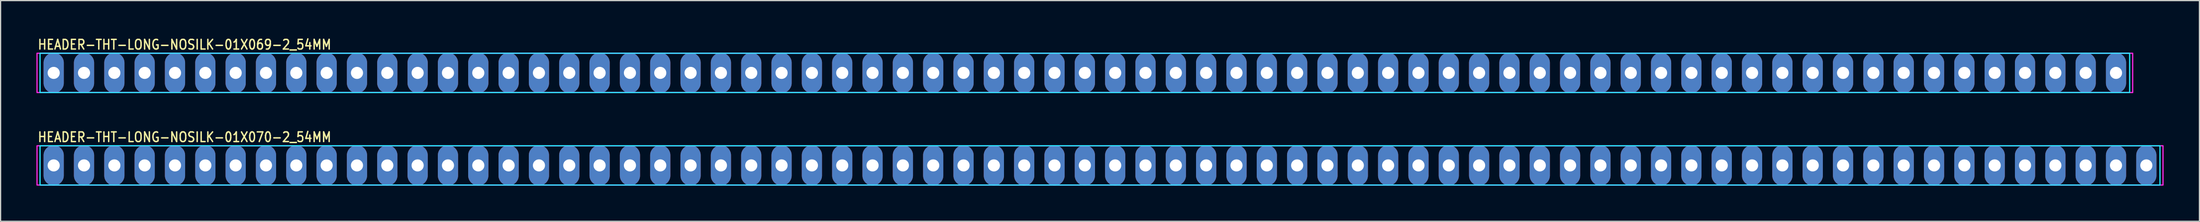
<source format=kicad_pcb>
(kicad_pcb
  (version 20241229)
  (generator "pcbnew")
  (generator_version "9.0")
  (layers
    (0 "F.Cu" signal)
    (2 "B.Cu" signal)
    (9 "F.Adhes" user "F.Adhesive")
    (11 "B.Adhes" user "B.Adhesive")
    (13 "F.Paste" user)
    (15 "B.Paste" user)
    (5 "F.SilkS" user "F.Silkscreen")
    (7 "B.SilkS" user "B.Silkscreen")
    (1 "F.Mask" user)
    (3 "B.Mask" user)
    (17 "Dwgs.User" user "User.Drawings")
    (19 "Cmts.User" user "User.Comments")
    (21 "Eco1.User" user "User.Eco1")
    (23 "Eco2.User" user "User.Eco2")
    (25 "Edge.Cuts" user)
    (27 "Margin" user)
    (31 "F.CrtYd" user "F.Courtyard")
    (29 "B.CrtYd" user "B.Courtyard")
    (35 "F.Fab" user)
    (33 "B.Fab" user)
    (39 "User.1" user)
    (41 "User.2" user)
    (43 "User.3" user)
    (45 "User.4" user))
  (footprint "HEADER-THT-LONG-NOSILK-01X070-2_54MM"
    (layer "F.Cu")
    (at 1.447 10.858)
    (property "Reference" "HEADER-THT-LONG-NOSILK-01X070-2_54MM" (at -1.4 -1.9 0) (unlocked yes) (layer "F.SilkS") (effects (font (size 0.813 0.695) (thickness 0.122)) (justify left bottom)))
    (fp_poly (pts (xy -1.143 -1.651) (xy 176.403 -1.651) (xy 176.403 1.651) (xy -1.143 1.651)) (stroke (width 0.1) (type solid)) (fill no) (layer "B.CrtYd"))
    (fp_poly (pts (xy -1.397 -1.651) (xy 176.657 -1.651) (xy 176.657 1.651) (xy -1.397 1.651)) (stroke (width 0.1) (type solid)) (fill no) (layer "F.CrtYd"))
    (pad "P$1" thru_hole oval (at 0 0 90) (size 3.387 1.693) (drill 1.016) (layers "*.Cu" "*.Mask"))
    (pad "P$2" thru_hole oval (at 2.54 0 90) (size 3.387 1.693) (drill 1.016) (layers "*.Cu" "*.Mask"))
    (pad "P$3" thru_hole oval (at 5.08 0 90) (size 3.387 1.693) (drill 1.016) (layers "*.Cu" "*.Mask"))
    (pad "P$4" thru_hole oval (at 7.62 0 90) (size 3.387 1.693) (drill 1.016) (layers "*.Cu" "*.Mask"))
    (pad "P$5" thru_hole oval (at 10.16 0 90) (size 3.387 1.693) (drill 1.016) (layers "*.Cu" "*.Mask"))
    (pad "P$6" thru_hole oval (at 12.7 0 90) (size 3.387 1.693) (drill 1.016) (layers "*.Cu" "*.Mask"))
    (pad "P$7" thru_hole oval (at 15.24 0 90) (size 3.387 1.693) (drill 1.016) (layers "*.Cu" "*.Mask"))
    (pad "P$8" thru_hole oval (at 17.78 0 90) (size 3.387 1.693) (drill 1.016) (layers "*.Cu" "*.Mask"))
    (pad "P$9" thru_hole oval (at 20.32 0 90) (size 3.387 1.693) (drill 1.016) (layers "*.Cu" "*.Mask"))
    (pad "P$10" thru_hole oval (at 22.86 0 90) (size 3.387 1.693) (drill 1.016) (layers "*.Cu" "*.Mask"))
    (pad "P$11" thru_hole oval (at 25.4 0 90) (size 3.387 1.693) (drill 1.016) (layers "*.Cu" "*.Mask"))
    (pad "P$12" thru_hole oval (at 27.94 0 90) (size 3.387 1.693) (drill 1.016) (layers "*.Cu" "*.Mask"))
    (pad "P$13" thru_hole oval (at 30.48 0 90) (size 3.387 1.693) (drill 1.016) (layers "*.Cu" "*.Mask"))
    (pad "P$14" thru_hole oval (at 33.02 0 90) (size 3.387 1.693) (drill 1.016) (layers "*.Cu" "*.Mask"))
    (pad "P$15" thru_hole oval (at 35.56 0 90) (size 3.387 1.693) (drill 1.016) (layers "*.Cu" "*.Mask"))
    (pad "P$16" thru_hole oval (at 38.1 0 90) (size 3.387 1.693) (drill 1.016) (layers "*.Cu" "*.Mask"))
    (pad "P$17" thru_hole oval (at 40.64 0 90) (size 3.387 1.693) (drill 1.016) (layers "*.Cu" "*.Mask"))
    (pad "P$18" thru_hole oval (at 43.18 0 90) (size 3.387 1.693) (drill 1.016) (layers "*.Cu" "*.Mask"))
    (pad "P$19" thru_hole oval (at 45.72 0 90) (size 3.387 1.693) (drill 1.016) (layers "*.Cu" "*.Mask"))
    (pad "P$20" thru_hole oval (at 48.26 0 90) (size 3.387 1.693) (drill 1.016) (layers "*.Cu" "*.Mask"))
    (pad "P$21" thru_hole oval (at 50.8 0 90) (size 3.387 1.693) (drill 1.016) (layers "*.Cu" "*.Mask"))
    (pad "P$22" thru_hole oval (at 53.34 0 90) (size 3.387 1.693) (drill 1.016) (layers "*.Cu" "*.Mask"))
    (pad "P$23" thru_hole oval (at 55.88 0 90) (size 3.387 1.693) (drill 1.016) (layers "*.Cu" "*.Mask"))
    (pad "P$24" thru_hole oval (at 58.42 0 90) (size 3.387 1.693) (drill 1.016) (layers "*.Cu" "*.Mask"))
    (pad "P$25" thru_hole oval (at 60.96 0 90) (size 3.387 1.693) (drill 1.016) (layers "*.Cu" "*.Mask"))
    (pad "P$26" thru_hole oval (at 63.5 0 90) (size 3.387 1.693) (drill 1.016) (layers "*.Cu" "*.Mask"))
    (pad "P$27" thru_hole oval (at 66.04 0 90) (size 3.387 1.693) (drill 1.016) (layers "*.Cu" "*.Mask"))
    (pad "P$28" thru_hole oval (at 68.58 0 90) (size 3.387 1.693) (drill 1.016) (layers "*.Cu" "*.Mask"))
    (pad "P$29" thru_hole oval (at 71.12 0 90) (size 3.387 1.693) (drill 1.016) (layers "*.Cu" "*.Mask"))
    (pad "P$30" thru_hole oval (at 73.66 0 90) (size 3.387 1.693) (drill 1.016) (layers "*.Cu" "*.Mask"))
    (pad "P$31" thru_hole oval (at 76.2 0 90) (size 3.387 1.693) (drill 1.016) (layers "*.Cu" "*.Mask"))
    (pad "P$32" thru_hole oval (at 78.74 0 90) (size 3.387 1.693) (drill 1.016) (layers "*.Cu" "*.Mask"))
    (pad "P$33" thru_hole oval (at 81.28 0 90) (size 3.387 1.693) (drill 1.016) (layers "*.Cu" "*.Mask"))
    (pad "P$34" thru_hole oval (at 83.82 0 90) (size 3.387 1.693) (drill 1.016) (layers "*.Cu" "*.Mask"))
    (pad "P$35" thru_hole oval (at 86.36 0 90) (size 3.387 1.693) (drill 1.016) (layers "*.Cu" "*.Mask"))
    (pad "P$36" thru_hole oval (at 88.9 0 90) (size 3.387 1.693) (drill 1.016) (layers "*.Cu" "*.Mask"))
    (pad "P$37" thru_hole oval (at 91.44 0 90) (size 3.387 1.693) (drill 1.016) (layers "*.Cu" "*.Mask"))
    (pad "P$38" thru_hole oval (at 93.98 0 90) (size 3.387 1.693) (drill 1.016) (layers "*.Cu" "*.Mask"))
    (pad "P$39" thru_hole oval (at 96.52 0 90) (size 3.387 1.693) (drill 1.016) (layers "*.Cu" "*.Mask"))
    (pad "P$40" thru_hole oval (at 99.06 0 90) (size 3.387 1.693) (drill 1.016) (layers "*.Cu" "*.Mask"))
    (pad "P$41" thru_hole oval (at 101.6 0 90) (size 3.387 1.693) (drill 1.016) (layers "*.Cu" "*.Mask"))
    (pad "P$42" thru_hole oval (at 104.14 0 90) (size 3.387 1.693) (drill 1.016) (layers "*.Cu" "*.Mask"))
    (pad "P$43" thru_hole oval (at 106.68 0 90) (size 3.387 1.693) (drill 1.016) (layers "*.Cu" "*.Mask"))
    (pad "P$44" thru_hole oval (at 109.22 0 90) (size 3.387 1.693) (drill 1.016) (layers "*.Cu" "*.Mask"))
    (pad "P$45" thru_hole oval (at 111.76 0 90) (size 3.387 1.693) (drill 1.016) (layers "*.Cu" "*.Mask"))
    (pad "P$46" thru_hole oval (at 114.3 0 90) (size 3.387 1.693) (drill 1.016) (layers "*.Cu" "*.Mask"))
    (pad "P$47" thru_hole oval (at 116.84 0 90) (size 3.387 1.693) (drill 1.016) (layers "*.Cu" "*.Mask"))
    (pad "P$48" thru_hole oval (at 119.38 0 90) (size 3.387 1.693) (drill 1.016) (layers "*.Cu" "*.Mask"))
    (pad "P$49" thru_hole oval (at 121.92 0 90) (size 3.387 1.693) (drill 1.016) (layers "*.Cu" "*.Mask"))
    (pad "P$50" thru_hole oval (at 124.46 0 90) (size 3.387 1.693) (drill 1.016) (layers "*.Cu" "*.Mask"))
    (pad "P$51" thru_hole oval (at 127 0 90) (size 3.387 1.693) (drill 1.016) (layers "*.Cu" "*.Mask"))
    (pad "P$52" thru_hole oval (at 129.54 0 90) (size 3.387 1.693) (drill 1.016) (layers "*.Cu" "*.Mask"))
    (pad "P$53" thru_hole oval (at 132.08 0 90) (size 3.387 1.693) (drill 1.016) (layers "*.Cu" "*.Mask"))
    (pad "P$54" thru_hole oval (at 134.62 0 90) (size 3.387 1.693) (drill 1.016) (layers "*.Cu" "*.Mask"))
    (pad "P$55" thru_hole oval (at 137.16 0 90) (size 3.387 1.693) (drill 1.016) (layers "*.Cu" "*.Mask"))
    (pad "P$56" thru_hole oval (at 139.7 0 90) (size 3.387 1.693) (drill 1.016) (layers "*.Cu" "*.Mask"))
    (pad "P$57" thru_hole oval (at 142.24 0 90) (size 3.387 1.693) (drill 1.016) (layers "*.Cu" "*.Mask"))
    (pad "P$58" thru_hole oval (at 144.78 0 90) (size 3.387 1.693) (drill 1.016) (layers "*.Cu" "*.Mask"))
    (pad "P$59" thru_hole oval (at 147.32 0 90) (size 3.387 1.693) (drill 1.016) (layers "*.Cu" "*.Mask"))
    (pad "P$60" thru_hole oval (at 149.86 0 90) (size 3.387 1.693) (drill 1.016) (layers "*.Cu" "*.Mask"))
    (pad "P$61" thru_hole oval (at 152.4 0 90) (size 3.387 1.693) (drill 1.016) (layers "*.Cu" "*.Mask"))
    (pad "P$62" thru_hole oval (at 154.94 0 90) (size 3.387 1.693) (drill 1.016) (layers "*.Cu" "*.Mask"))
    (pad "P$63" thru_hole oval (at 157.48 0 90) (size 3.387 1.693) (drill 1.016) (layers "*.Cu" "*.Mask"))
    (pad "P$64" thru_hole oval (at 160.02 0 90) (size 3.387 1.693) (drill 1.016) (layers "*.Cu" "*.Mask"))
    (pad "P$65" thru_hole oval (at 162.56 0 90) (size 3.387 1.693) (drill 1.016) (layers "*.Cu" "*.Mask"))
    (pad "P$66" thru_hole oval (at 165.1 0 90) (size 3.387 1.693) (drill 1.016) (layers "*.Cu" "*.Mask"))
    (pad "P$67" thru_hole oval (at 167.64 0 90) (size 3.387 1.693) (drill 1.016) (layers "*.Cu" "*.Mask"))
    (pad "P$68" thru_hole oval (at 170.18 0 90) (size 3.387 1.693) (drill 1.016) (layers "*.Cu" "*.Mask"))
    (pad "P$69" thru_hole oval (at 172.72 0 90) (size 3.387 1.693) (drill 1.016) (layers "*.Cu" "*.Mask"))
    (pad "P$70" thru_hole oval (at 175.26 0 90) (size 3.387 1.693) (drill 1.016) (layers "*.Cu" "*.Mask")))
  (footprint "HEADER-THT-LONG-NOSILK-01X069-2_54MM"
    (layer "F.Cu")
    (at 1.447 3.079)
    (property "Reference" "HEADER-THT-LONG-NOSILK-01X069-2_54MM" (at -1.4 -1.9 0) (unlocked yes) (layer "F.SilkS") (effects (font (size 0.813 0.695) (thickness 0.122)) (justify left bottom)))
    (fp_poly (pts (xy -1.143 -1.651) (xy 173.863 -1.651) (xy 173.863 1.651) (xy -1.143 1.651)) (stroke (width 0.1) (type solid)) (fill no) (layer "B.CrtYd"))
    (fp_poly (pts (xy -1.397 -1.651) (xy 174.117 -1.651) (xy 174.117 1.651) (xy -1.397 1.651)) (stroke (width 0.1) (type solid)) (fill no) (layer "F.CrtYd"))
    (pad "P$1" thru_hole oval (at 0 0 90) (size 3.387 1.693) (drill 1.016) (layers "*.Cu" "*.Mask"))
    (pad "P$2" thru_hole oval (at 2.54 0 90) (size 3.387 1.693) (drill 1.016) (layers "*.Cu" "*.Mask"))
    (pad "P$3" thru_hole oval (at 5.08 0 90) (size 3.387 1.693) (drill 1.016) (layers "*.Cu" "*.Mask"))
    (pad "P$4" thru_hole oval (at 7.62 0 90) (size 3.387 1.693) (drill 1.016) (layers "*.Cu" "*.Mask"))
    (pad "P$5" thru_hole oval (at 10.16 0 90) (size 3.387 1.693) (drill 1.016) (layers "*.Cu" "*.Mask"))
    (pad "P$6" thru_hole oval (at 12.7 0 90) (size 3.387 1.693) (drill 1.016) (layers "*.Cu" "*.Mask"))
    (pad "P$7" thru_hole oval (at 15.24 0 90) (size 3.387 1.693) (drill 1.016) (layers "*.Cu" "*.Mask"))
    (pad "P$8" thru_hole oval (at 17.78 0 90) (size 3.387 1.693) (drill 1.016) (layers "*.Cu" "*.Mask"))
    (pad "P$9" thru_hole oval (at 20.32 0 90) (size 3.387 1.693) (drill 1.016) (layers "*.Cu" "*.Mask"))
    (pad "P$10" thru_hole oval (at 22.86 0 90) (size 3.387 1.693) (drill 1.016) (layers "*.Cu" "*.Mask"))
    (pad "P$11" thru_hole oval (at 25.4 0 90) (size 3.387 1.693) (drill 1.016) (layers "*.Cu" "*.Mask"))
    (pad "P$12" thru_hole oval (at 27.94 0 90) (size 3.387 1.693) (drill 1.016) (layers "*.Cu" "*.Mask"))
    (pad "P$13" thru_hole oval (at 30.48 0 90) (size 3.387 1.693) (drill 1.016) (layers "*.Cu" "*.Mask"))
    (pad "P$14" thru_hole oval (at 33.02 0 90) (size 3.387 1.693) (drill 1.016) (layers "*.Cu" "*.Mask"))
    (pad "P$15" thru_hole oval (at 35.56 0 90) (size 3.387 1.693) (drill 1.016) (layers "*.Cu" "*.Mask"))
    (pad "P$16" thru_hole oval (at 38.1 0 90) (size 3.387 1.693) (drill 1.016) (layers "*.Cu" "*.Mask"))
    (pad "P$17" thru_hole oval (at 40.64 0 90) (size 3.387 1.693) (drill 1.016) (layers "*.Cu" "*.Mask"))
    (pad "P$18" thru_hole oval (at 43.18 0 90) (size 3.387 1.693) (drill 1.016) (layers "*.Cu" "*.Mask"))
    (pad "P$19" thru_hole oval (at 45.72 0 90) (size 3.387 1.693) (drill 1.016) (layers "*.Cu" "*.Mask"))
    (pad "P$20" thru_hole oval (at 48.26 0 90) (size 3.387 1.693) (drill 1.016) (layers "*.Cu" "*.Mask"))
    (pad "P$21" thru_hole oval (at 50.8 0 90) (size 3.387 1.693) (drill 1.016) (layers "*.Cu" "*.Mask"))
    (pad "P$22" thru_hole oval (at 53.34 0 90) (size 3.387 1.693) (drill 1.016) (layers "*.Cu" "*.Mask"))
    (pad "P$23" thru_hole oval (at 55.88 0 90) (size 3.387 1.693) (drill 1.016) (layers "*.Cu" "*.Mask"))
    (pad "P$24" thru_hole oval (at 58.42 0 90) (size 3.387 1.693) (drill 1.016) (layers "*.Cu" "*.Mask"))
    (pad "P$25" thru_hole oval (at 60.96 0 90) (size 3.387 1.693) (drill 1.016) (layers "*.Cu" "*.Mask"))
    (pad "P$26" thru_hole oval (at 63.5 0 90) (size 3.387 1.693) (drill 1.016) (layers "*.Cu" "*.Mask"))
    (pad "P$27" thru_hole oval (at 66.04 0 90) (size 3.387 1.693) (drill 1.016) (layers "*.Cu" "*.Mask"))
    (pad "P$28" thru_hole oval (at 68.58 0 90) (size 3.387 1.693) (drill 1.016) (layers "*.Cu" "*.Mask"))
    (pad "P$29" thru_hole oval (at 71.12 0 90) (size 3.387 1.693) (drill 1.016) (layers "*.Cu" "*.Mask"))
    (pad "P$30" thru_hole oval (at 73.66 0 90) (size 3.387 1.693) (drill 1.016) (layers "*.Cu" "*.Mask"))
    (pad "P$31" thru_hole oval (at 76.2 0 90) (size 3.387 1.693) (drill 1.016) (layers "*.Cu" "*.Mask"))
    (pad "P$32" thru_hole oval (at 78.74 0 90) (size 3.387 1.693) (drill 1.016) (layers "*.Cu" "*.Mask"))
    (pad "P$33" thru_hole oval (at 81.28 0 90) (size 3.387 1.693) (drill 1.016) (layers "*.Cu" "*.Mask"))
    (pad "P$34" thru_hole oval (at 83.82 0 90) (size 3.387 1.693) (drill 1.016) (layers "*.Cu" "*.Mask"))
    (pad "P$35" thru_hole oval (at 86.36 0 90) (size 3.387 1.693) (drill 1.016) (layers "*.Cu" "*.Mask"))
    (pad "P$36" thru_hole oval (at 88.9 0 90) (size 3.387 1.693) (drill 1.016) (layers "*.Cu" "*.Mask"))
    (pad "P$37" thru_hole oval (at 91.44 0 90) (size 3.387 1.693) (drill 1.016) (layers "*.Cu" "*.Mask"))
    (pad "P$38" thru_hole oval (at 93.98 0 90) (size 3.387 1.693) (drill 1.016) (layers "*.Cu" "*.Mask"))
    (pad "P$39" thru_hole oval (at 96.52 0 90) (size 3.387 1.693) (drill 1.016) (layers "*.Cu" "*.Mask"))
    (pad "P$40" thru_hole oval (at 99.06 0 90) (size 3.387 1.693) (drill 1.016) (layers "*.Cu" "*.Mask"))
    (pad "P$41" thru_hole oval (at 101.6 0 90) (size 3.387 1.693) (drill 1.016) (layers "*.Cu" "*.Mask"))
    (pad "P$42" thru_hole oval (at 104.14 0 90) (size 3.387 1.693) (drill 1.016) (layers "*.Cu" "*.Mask"))
    (pad "P$43" thru_hole oval (at 106.68 0 90) (size 3.387 1.693) (drill 1.016) (layers "*.Cu" "*.Mask"))
    (pad "P$44" thru_hole oval (at 109.22 0 90) (size 3.387 1.693) (drill 1.016) (layers "*.Cu" "*.Mask"))
    (pad "P$45" thru_hole oval (at 111.76 0 90) (size 3.387 1.693) (drill 1.016) (layers "*.Cu" "*.Mask"))
    (pad "P$46" thru_hole oval (at 114.3 0 90) (size 3.387 1.693) (drill 1.016) (layers "*.Cu" "*.Mask"))
    (pad "P$47" thru_hole oval (at 116.84 0 90) (size 3.387 1.693) (drill 1.016) (layers "*.Cu" "*.Mask"))
    (pad "P$48" thru_hole oval (at 119.38 0 90) (size 3.387 1.693) (drill 1.016) (layers "*.Cu" "*.Mask"))
    (pad "P$49" thru_hole oval (at 121.92 0 90) (size 3.387 1.693) (drill 1.016) (layers "*.Cu" "*.Mask"))
    (pad "P$50" thru_hole oval (at 124.46 0 90) (size 3.387 1.693) (drill 1.016) (layers "*.Cu" "*.Mask"))
    (pad "P$51" thru_hole oval (at 127 0 90) (size 3.387 1.693) (drill 1.016) (layers "*.Cu" "*.Mask"))
    (pad "P$52" thru_hole oval (at 129.54 0 90) (size 3.387 1.693) (drill 1.016) (layers "*.Cu" "*.Mask"))
    (pad "P$53" thru_hole oval (at 132.08 0 90) (size 3.387 1.693) (drill 1.016) (layers "*.Cu" "*.Mask"))
    (pad "P$54" thru_hole oval (at 134.62 0 90) (size 3.387 1.693) (drill 1.016) (layers "*.Cu" "*.Mask"))
    (pad "P$55" thru_hole oval (at 137.16 0 90) (size 3.387 1.693) (drill 1.016) (layers "*.Cu" "*.Mask"))
    (pad "P$56" thru_hole oval (at 139.7 0 90) (size 3.387 1.693) (drill 1.016) (layers "*.Cu" "*.Mask"))
    (pad "P$57" thru_hole oval (at 142.24 0 90) (size 3.387 1.693) (drill 1.016) (layers "*.Cu" "*.Mask"))
    (pad "P$58" thru_hole oval (at 144.78 0 90) (size 3.387 1.693) (drill 1.016) (layers "*.Cu" "*.Mask"))
    (pad "P$59" thru_hole oval (at 147.32 0 90) (size 3.387 1.693) (drill 1.016) (layers "*.Cu" "*.Mask"))
    (pad "P$60" thru_hole oval (at 149.86 0 90) (size 3.387 1.693) (drill 1.016) (layers "*.Cu" "*.Mask"))
    (pad "P$61" thru_hole oval (at 152.4 0 90) (size 3.387 1.693) (drill 1.016) (layers "*.Cu" "*.Mask"))
    (pad "P$62" thru_hole oval (at 154.94 0 90) (size 3.387 1.693) (drill 1.016) (layers "*.Cu" "*.Mask"))
    (pad "P$63" thru_hole oval (at 157.48 0 90) (size 3.387 1.693) (drill 1.016) (layers "*.Cu" "*.Mask"))
    (pad "P$64" thru_hole oval (at 160.02 0 90) (size 3.387 1.693) (drill 1.016) (layers "*.Cu" "*.Mask"))
    (pad "P$65" thru_hole oval (at 162.56 0 90) (size 3.387 1.693) (drill 1.016) (layers "*.Cu" "*.Mask"))
    (pad "P$66" thru_hole oval (at 165.1 0 90) (size 3.387 1.693) (drill 1.016) (layers "*.Cu" "*.Mask"))
    (pad "P$67" thru_hole oval (at 167.64 0 90) (size 3.387 1.693) (drill 1.016) (layers "*.Cu" "*.Mask"))
    (pad "P$68" thru_hole oval (at 170.18 0 90) (size 3.387 1.693) (drill 1.016) (layers "*.Cu" "*.Mask"))
    (pad "P$69" thru_hole oval (at 172.72 0 90) (size 3.387 1.693) (drill 1.016) (layers "*.Cu" "*.Mask")))
  (gr_rect
    (start -3 -3)
    (end 181.154 15.559)
    (stroke (width 0.1) (type default))
    (fill no)
    (layer "Edge.Cuts")))
</source>
